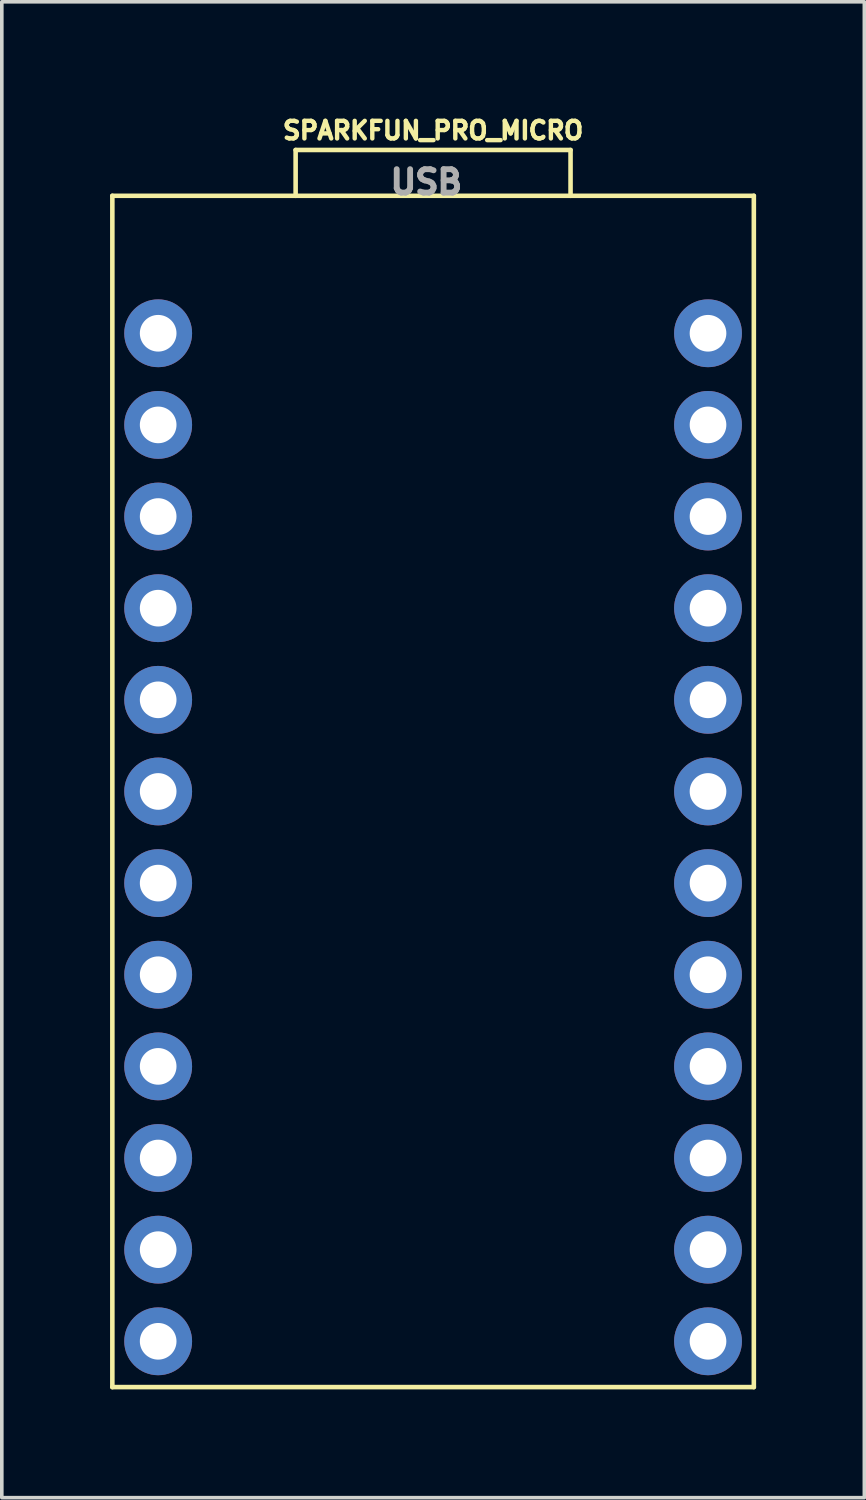
<source format=kicad_pcb>
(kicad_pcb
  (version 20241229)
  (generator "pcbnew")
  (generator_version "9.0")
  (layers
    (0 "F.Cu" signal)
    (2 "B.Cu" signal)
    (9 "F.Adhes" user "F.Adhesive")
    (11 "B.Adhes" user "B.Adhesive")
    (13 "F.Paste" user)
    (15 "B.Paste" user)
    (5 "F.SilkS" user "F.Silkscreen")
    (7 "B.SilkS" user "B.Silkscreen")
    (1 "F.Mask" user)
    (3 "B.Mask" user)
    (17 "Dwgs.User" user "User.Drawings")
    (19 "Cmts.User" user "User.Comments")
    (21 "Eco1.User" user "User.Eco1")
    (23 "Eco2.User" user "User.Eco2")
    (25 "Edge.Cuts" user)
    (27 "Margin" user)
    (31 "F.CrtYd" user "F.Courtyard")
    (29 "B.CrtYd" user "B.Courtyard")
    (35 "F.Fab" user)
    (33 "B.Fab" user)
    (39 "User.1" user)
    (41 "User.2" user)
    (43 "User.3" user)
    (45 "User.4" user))
  (footprint "SPARKFUN_PRO_MICRO"
    (layer "F.Cu")
    (at 8.954 18.887)
    (property "Reference" "SPARKFUN_PRO_MICRO" (at 0 -18.034 0) (layer "F.SilkS") (effects (font (size 0.488 0.488) (thickness 0.122)) (justify bottom)))
    (fp_line (start -8.89 -16.51) (end -8.89 16.51) (stroke (width 0.127) (type solid)) (layer "F.SilkS"))
    (fp_line (start -8.89 16.51) (end 8.89 16.51) (stroke (width 0.127) (type solid)) (layer "F.SilkS"))
    (fp_line (start -3.81 -17.78) (end 3.81 -17.78) (stroke (width 0.127) (type solid)) (layer "F.SilkS"))
    (fp_line (start -3.81 -16.51) (end -3.81 -17.78) (stroke (width 0.127) (type solid)) (layer "F.SilkS"))
    (fp_line (start 3.81 -17.78) (end 3.81 -16.51) (stroke (width 0.127) (type solid)) (layer "F.SilkS"))
    (fp_line (start 8.89 -16.51) (end -8.89 -16.51) (stroke (width 0.127) (type solid)) (layer "F.SilkS"))
    (fp_line (start 8.89 16.51) (end 8.89 -16.51) (stroke (width 0.127) (type solid)) (layer "F.SilkS"))
    (fp_text user "USB" (at -1.27 -16.51 0) (layer "F.Fab") (effects (font (size 0.65 0.65) (thickness 0.163)) (justify left bottom)))
    (pad "1" thru_hole circle (at -7.62 -12.7) (size 1.88 1.88) (drill 1.016) (layers "*.Cu" "*.Mask"))
    (pad "2" thru_hole circle (at -7.62 -10.16) (size 1.88 1.88) (drill 1.016) (layers "*.Cu" "*.Mask"))
    (pad "3" thru_hole circle (at -7.62 -7.62) (size 1.88 1.88) (drill 1.016) (layers "*.Cu" "*.Mask"))
    (pad "4" thru_hole circle (at -7.62 -5.08) (size 1.88 1.88) (drill 1.016) (layers "*.Cu" "*.Mask"))
    (pad "5" thru_hole circle (at -7.62 -2.54) (size 1.88 1.88) (drill 1.016) (layers "*.Cu" "*.Mask"))
    (pad "6" thru_hole circle (at -7.62 0) (size 1.88 1.88) (drill 1.016) (layers "*.Cu" "*.Mask"))
    (pad "7" thru_hole circle (at -7.62 2.54) (size 1.88 1.88) (drill 1.016) (layers "*.Cu" "*.Mask"))
    (pad "8" thru_hole circle (at -7.62 5.08) (size 1.88 1.88) (drill 1.016) (layers "*.Cu" "*.Mask"))
    (pad "9" thru_hole circle (at -7.62 7.62) (size 1.88 1.88) (drill 1.016) (layers "*.Cu" "*.Mask"))
    (pad "10" thru_hole circle (at -7.62 10.16) (size 1.88 1.88) (drill 1.016) (layers "*.Cu" "*.Mask"))
    (pad "11" thru_hole circle (at -7.62 12.7) (size 1.88 1.88) (drill 1.016) (layers "*.Cu" "*.Mask"))
    (pad "12" thru_hole circle (at -7.62 15.24) (size 1.88 1.88) (drill 1.016) (layers "*.Cu" "*.Mask"))
    (pad "13" thru_hole circle (at 7.62 15.24) (size 1.88 1.88) (drill 1.016) (layers "*.Cu" "*.Mask"))
    (pad "14" thru_hole circle (at 7.62 12.7) (size 1.88 1.88) (drill 1.016) (layers "*.Cu" "*.Mask"))
    (pad "15" thru_hole circle (at 7.62 10.16) (size 1.88 1.88) (drill 1.016) (layers "*.Cu" "*.Mask"))
    (pad "16" thru_hole circle (at 7.62 7.62) (size 1.88 1.88) (drill 1.016) (layers "*.Cu" "*.Mask"))
    (pad "17" thru_hole circle (at 7.62 5.08) (size 1.88 1.88) (drill 1.016) (layers "*.Cu" "*.Mask"))
    (pad "18" thru_hole circle (at 7.62 2.54) (size 1.88 1.88) (drill 1.016) (layers "*.Cu" "*.Mask"))
    (pad "19" thru_hole circle (at 7.62 0) (size 1.88 1.88) (drill 1.016) (layers "*.Cu" "*.Mask"))
    (pad "20" thru_hole circle (at 7.62 -2.54) (size 1.88 1.88) (drill 1.016) (layers "*.Cu" "*.Mask"))
    (pad "21" thru_hole circle (at 7.62 -5.08) (size 1.88 1.88) (drill 1.016) (layers "*.Cu" "*.Mask"))
    (pad "22" thru_hole circle (at 7.62 -7.62) (size 1.88 1.88) (drill 1.016) (layers "*.Cu" "*.Mask"))
    (pad "23" thru_hole circle (at 7.62 -10.16) (size 1.88 1.88) (drill 1.016) (layers "*.Cu" "*.Mask"))
    (pad "24" thru_hole circle (at 7.62 -12.7) (size 1.88 1.88) (drill 1.016) (layers "*.Cu" "*.Mask")))
  (gr_rect
    (start -3 -3)
    (end 20.907 38.461)
    (stroke (width 0.1) (type default))
    (fill no)
    (layer "Edge.Cuts")))
</source>
